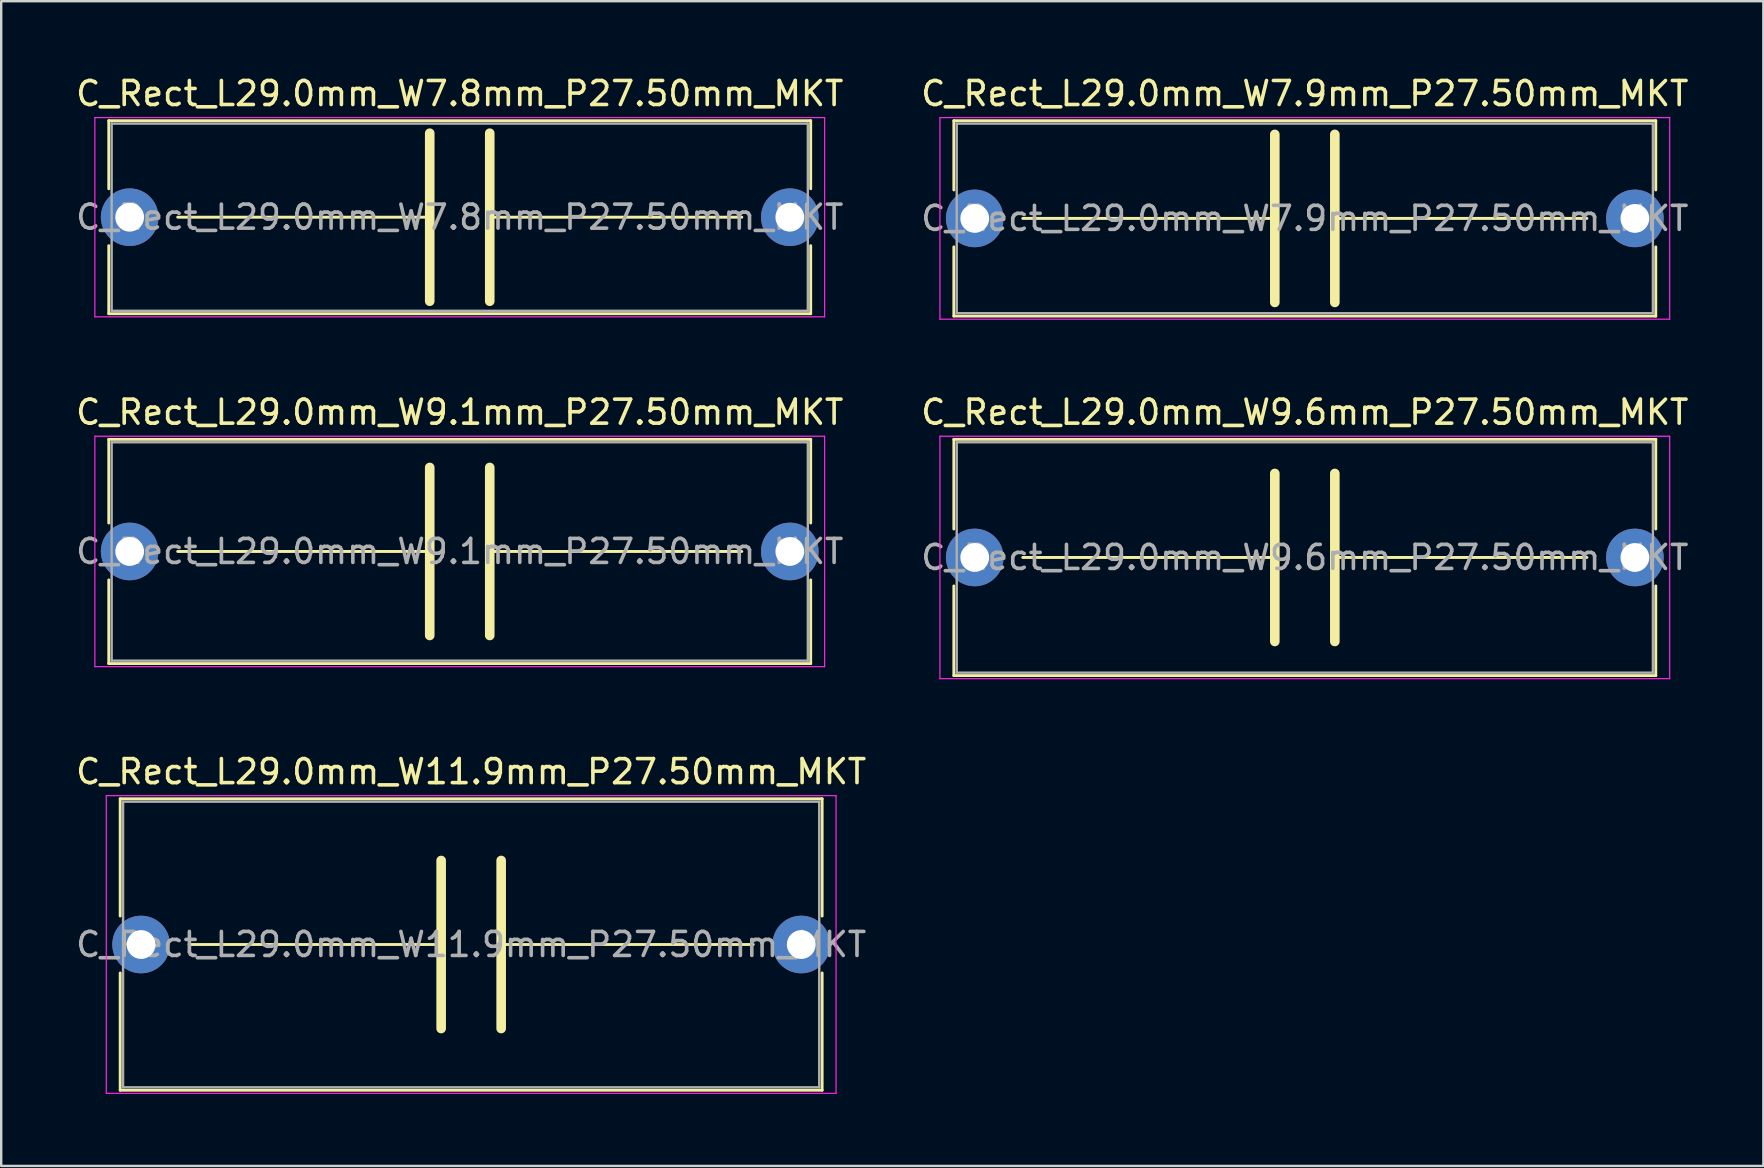
<source format=kicad_pcb>
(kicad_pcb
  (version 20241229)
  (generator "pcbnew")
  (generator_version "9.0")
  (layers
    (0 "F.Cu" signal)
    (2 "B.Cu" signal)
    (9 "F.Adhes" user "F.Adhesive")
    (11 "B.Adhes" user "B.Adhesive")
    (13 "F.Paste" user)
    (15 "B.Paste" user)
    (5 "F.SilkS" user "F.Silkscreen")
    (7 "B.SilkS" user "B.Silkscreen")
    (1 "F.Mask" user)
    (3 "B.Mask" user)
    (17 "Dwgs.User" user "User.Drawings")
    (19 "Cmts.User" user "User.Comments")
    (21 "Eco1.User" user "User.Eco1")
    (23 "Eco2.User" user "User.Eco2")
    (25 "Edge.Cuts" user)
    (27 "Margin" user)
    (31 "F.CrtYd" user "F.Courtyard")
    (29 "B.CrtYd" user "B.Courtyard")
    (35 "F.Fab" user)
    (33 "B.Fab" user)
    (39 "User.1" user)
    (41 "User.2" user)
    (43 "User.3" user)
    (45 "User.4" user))
  (footprint "C_Rect_L29.0mm_W11.9mm_P27.50mm_MKT"
    (layer "F.Cu")
    (at 2.827 36.295)
    (property "Reference" "C_Rect_L29.0mm_W11.9mm_P27.50mm_MKT" (at 13.75 -7.2 0) (layer "F.SilkS") (effects (font (size 1 1) (thickness 0.15))))
    (attr through_hole)
    (fp_line (start -0.87 -6.07) (end -0.87 -1.185) (stroke (width 0.12) (type solid)) (layer "F.SilkS"))
    (fp_line (start -0.87 -6.07) (end 28.37 -6.07) (stroke (width 0.12) (type solid)) (layer "F.SilkS"))
    (fp_line (start -0.87 1.185) (end -0.87 6.07) (stroke (width 0.12) (type solid)) (layer "F.SilkS"))
    (fp_line (start -0.87 6.07) (end 28.37 6.07) (stroke (width 0.12) (type solid)) (layer "F.SilkS"))
    (fp_line (start 2 0) (end 12.5 0) (stroke (width 0.12) (type solid)) (layer "F.SilkS"))
    (fp_line (start 12.5 -3.5) (end 12.5 3.5) (stroke (width 0.4) (type solid)) (layer "F.SilkS"))
    (fp_line (start 15 -3.5) (end 15 3.5) (stroke (width 0.4) (type solid)) (layer "F.SilkS"))
    (fp_line (start 15 0) (end 25.5 0) (stroke (width 0.12) (type solid)) (layer "F.SilkS"))
    (fp_line (start 28.37 -6.07) (end 28.37 -1.185) (stroke (width 0.12) (type solid)) (layer "F.SilkS"))
    (fp_line (start 28.37 1.185) (end 28.37 6.07) (stroke (width 0.12) (type solid)) (layer "F.SilkS"))
    (fp_line (start -1.45 -6.2) (end -1.45 6.2) (stroke (width 0.05) (type solid)) (layer "F.CrtYd"))
    (fp_line (start -1.45 6.2) (end 28.95 6.2) (stroke (width 0.05) (type solid)) (layer "F.CrtYd"))
    (fp_line (start 28.95 -6.2) (end -1.45 -6.2) (stroke (width 0.05) (type solid)) (layer "F.CrtYd"))
    (fp_line (start 28.95 6.2) (end 28.95 -6.2) (stroke (width 0.05) (type solid)) (layer "F.CrtYd"))
    (fp_line (start -0.75 -5.95) (end -0.75 5.95) (stroke (width 0.1) (type solid)) (layer "F.Fab"))
    (fp_line (start -0.75 5.95) (end 28.25 5.95) (stroke (width 0.1) (type solid)) (layer "F.Fab"))
    (fp_line (start 28.25 -5.95) (end -0.75 -5.95) (stroke (width 0.1) (type solid)) (layer "F.Fab"))
    (fp_line (start 28.25 5.95) (end 28.25 -5.95) (stroke (width 0.1) (type solid)) (layer "F.Fab"))
    (fp_text user "${REFERENCE}" (at 13.75 0 0) (layer "F.Fab") (effects (font (size 1 1) (thickness 0.15))))
    (pad "1" thru_hole circle (at 0 0) (size 2.4 2.4) (drill 1.2) (layers "*.Cu" "*.Mask"))
    (pad "2" thru_hole circle (at 27.5 0) (size 2.4 2.4) (drill 1.2) (layers "*.Cu" "*.Mask")))
  (footprint "C_Rect_L29.0mm_W7.9mm_P27.50mm_MKT"
    (layer "F.Cu")
    (at 37.554 6.048)
    (property "Reference" "C_Rect_L29.0mm_W7.9mm_P27.50mm_MKT" (at 13.75 -5.2 0) (layer "F.SilkS") (effects (font (size 1 1) (thickness 0.15))))
    (attr through_hole)
    (fp_line (start -0.87 -4.07) (end -0.87 -1.185) (stroke (width 0.12) (type solid)) (layer "F.SilkS"))
    (fp_line (start -0.87 -4.07) (end 28.37 -4.07) (stroke (width 0.12) (type solid)) (layer "F.SilkS"))
    (fp_line (start -0.87 1.185) (end -0.87 4.07) (stroke (width 0.12) (type solid)) (layer "F.SilkS"))
    (fp_line (start -0.87 4.07) (end 28.37 4.07) (stroke (width 0.12) (type solid)) (layer "F.SilkS"))
    (fp_line (start 2 0) (end 12.5 0) (stroke (width 0.12) (type solid)) (layer "F.SilkS"))
    (fp_line (start 12.5 -3.5) (end 12.5 3.5) (stroke (width 0.4) (type solid)) (layer "F.SilkS"))
    (fp_line (start 15 -3.5) (end 15 3.5) (stroke (width 0.4) (type solid)) (layer "F.SilkS"))
    (fp_line (start 15 0) (end 25.5 0) (stroke (width 0.12) (type solid)) (layer "F.SilkS"))
    (fp_line (start 28.37 -4.07) (end 28.37 -1.185) (stroke (width 0.12) (type solid)) (layer "F.SilkS"))
    (fp_line (start 28.37 1.185) (end 28.37 4.07) (stroke (width 0.12) (type solid)) (layer "F.SilkS"))
    (fp_line (start -1.45 -4.2) (end -1.45 4.2) (stroke (width 0.05) (type solid)) (layer "F.CrtYd"))
    (fp_line (start -1.45 4.2) (end 28.95 4.2) (stroke (width 0.05) (type solid)) (layer "F.CrtYd"))
    (fp_line (start 28.95 -4.2) (end -1.45 -4.2) (stroke (width 0.05) (type solid)) (layer "F.CrtYd"))
    (fp_line (start 28.95 4.2) (end 28.95 -4.2) (stroke (width 0.05) (type solid)) (layer "F.CrtYd"))
    (fp_line (start -0.75 -3.95) (end -0.75 3.95) (stroke (width 0.1) (type solid)) (layer "F.Fab"))
    (fp_line (start -0.75 3.95) (end 28.25 3.95) (stroke (width 0.1) (type solid)) (layer "F.Fab"))
    (fp_line (start 28.25 -3.95) (end -0.75 -3.95) (stroke (width 0.1) (type solid)) (layer "F.Fab"))
    (fp_line (start 28.25 3.95) (end 28.25 -3.95) (stroke (width 0.1) (type solid)) (layer "F.Fab"))
    (fp_text user "${REFERENCE}" (at 13.75 0 0) (layer "F.Fab") (effects (font (size 1 1) (thickness 0.15))))
    (pad "1" thru_hole circle (at 0 0) (size 2.4 2.4) (drill 1.2) (layers "*.Cu" "*.Mask"))
    (pad "2" thru_hole circle (at 27.5 0) (size 2.4 2.4) (drill 1.2) (layers "*.Cu" "*.Mask")))
  (footprint "C_Rect_L29.0mm_W7.8mm_P27.50mm_MKT"
    (layer "F.Cu")
    (at 2.351 5.998)
    (property "Reference" "C_Rect_L29.0mm_W7.8mm_P27.50mm_MKT" (at 13.75 -5.15 0) (layer "F.SilkS") (effects (font (size 1 1) (thickness 0.15))))
    (attr through_hole)
    (fp_line (start -0.87 -4.02) (end -0.87 -1.185) (stroke (width 0.12) (type solid)) (layer "F.SilkS"))
    (fp_line (start -0.87 -4.02) (end 28.37 -4.02) (stroke (width 0.12) (type solid)) (layer "F.SilkS"))
    (fp_line (start -0.87 1.185) (end -0.87 4.02) (stroke (width 0.12) (type solid)) (layer "F.SilkS"))
    (fp_line (start -0.87 4.02) (end 28.37 4.02) (stroke (width 0.12) (type solid)) (layer "F.SilkS"))
    (fp_line (start 2 0) (end 12.5 0) (stroke (width 0.12) (type solid)) (layer "F.SilkS"))
    (fp_line (start 12.5 -3.5) (end 12.5 3.5) (stroke (width 0.4) (type solid)) (layer "F.SilkS"))
    (fp_line (start 15 -3.5) (end 15 3.5) (stroke (width 0.4) (type solid)) (layer "F.SilkS"))
    (fp_line (start 15 0) (end 25.5 0) (stroke (width 0.12) (type solid)) (layer "F.SilkS"))
    (fp_line (start 28.37 -4.02) (end 28.37 -1.185) (stroke (width 0.12) (type solid)) (layer "F.SilkS"))
    (fp_line (start 28.37 1.185) (end 28.37 4.02) (stroke (width 0.12) (type solid)) (layer "F.SilkS"))
    (fp_line (start -1.45 -4.15) (end -1.45 4.15) (stroke (width 0.05) (type solid)) (layer "F.CrtYd"))
    (fp_line (start -1.45 4.15) (end 28.95 4.15) (stroke (width 0.05) (type solid)) (layer "F.CrtYd"))
    (fp_line (start 28.95 -4.15) (end -1.45 -4.15) (stroke (width 0.05) (type solid)) (layer "F.CrtYd"))
    (fp_line (start 28.95 4.15) (end 28.95 -4.15) (stroke (width 0.05) (type solid)) (layer "F.CrtYd"))
    (fp_line (start -0.75 -3.9) (end -0.75 3.9) (stroke (width 0.1) (type solid)) (layer "F.Fab"))
    (fp_line (start -0.75 3.9) (end 28.25 3.9) (stroke (width 0.1) (type solid)) (layer "F.Fab"))
    (fp_line (start 28.25 -3.9) (end -0.75 -3.9) (stroke (width 0.1) (type solid)) (layer "F.Fab"))
    (fp_line (start 28.25 3.9) (end 28.25 -3.9) (stroke (width 0.1) (type solid)) (layer "F.Fab"))
    (fp_text user "${REFERENCE}" (at 13.75 0 0) (layer "F.Fab") (effects (font (size 1 1) (thickness 0.15))))
    (pad "1" thru_hole circle (at 0 0) (size 2.4 2.4) (drill 1.2) (layers "*.Cu" "*.Mask"))
    (pad "2" thru_hole circle (at 27.5 0) (size 2.4 2.4) (drill 1.2) (layers "*.Cu" "*.Mask")))
  (footprint "C_Rect_L29.0mm_W9.6mm_P27.50mm_MKT"
    (layer "F.Cu")
    (at 37.554 20.172)
    (property "Reference" "C_Rect_L29.0mm_W9.6mm_P27.50mm_MKT" (at 13.75 -6.05 0) (layer "F.SilkS") (effects (font (size 1 1) (thickness 0.15))))
    (attr through_hole)
    (fp_line (start -0.87 -4.92) (end -0.87 -1.185) (stroke (width 0.12) (type solid)) (layer "F.SilkS"))
    (fp_line (start -0.87 -4.92) (end 28.37 -4.92) (stroke (width 0.12) (type solid)) (layer "F.SilkS"))
    (fp_line (start -0.87 1.185) (end -0.87 4.92) (stroke (width 0.12) (type solid)) (layer "F.SilkS"))
    (fp_line (start -0.87 4.92) (end 28.37 4.92) (stroke (width 0.12) (type solid)) (layer "F.SilkS"))
    (fp_line (start 2 0) (end 12.5 0) (stroke (width 0.12) (type solid)) (layer "F.SilkS"))
    (fp_line (start 12.5 -3.5) (end 12.5 3.5) (stroke (width 0.4) (type solid)) (layer "F.SilkS"))
    (fp_line (start 15 -3.5) (end 15 3.5) (stroke (width 0.4) (type solid)) (layer "F.SilkS"))
    (fp_line (start 15 0) (end 25.5 0) (stroke (width 0.12) (type solid)) (layer "F.SilkS"))
    (fp_line (start 28.37 -4.92) (end 28.37 -1.185) (stroke (width 0.12) (type solid)) (layer "F.SilkS"))
    (fp_line (start 28.37 1.185) (end 28.37 4.92) (stroke (width 0.12) (type solid)) (layer "F.SilkS"))
    (fp_line (start -1.45 -5.05) (end -1.45 5.05) (stroke (width 0.05) (type solid)) (layer "F.CrtYd"))
    (fp_line (start -1.45 5.05) (end 28.95 5.05) (stroke (width 0.05) (type solid)) (layer "F.CrtYd"))
    (fp_line (start 28.95 -5.05) (end -1.45 -5.05) (stroke (width 0.05) (type solid)) (layer "F.CrtYd"))
    (fp_line (start 28.95 5.05) (end 28.95 -5.05) (stroke (width 0.05) (type solid)) (layer "F.CrtYd"))
    (fp_line (start -0.75 -4.8) (end -0.75 4.8) (stroke (width 0.1) (type solid)) (layer "F.Fab"))
    (fp_line (start -0.75 4.8) (end 28.25 4.8) (stroke (width 0.1) (type solid)) (layer "F.Fab"))
    (fp_line (start 28.25 -4.8) (end -0.75 -4.8) (stroke (width 0.1) (type solid)) (layer "F.Fab"))
    (fp_line (start 28.25 4.8) (end 28.25 -4.8) (stroke (width 0.1) (type solid)) (layer "F.Fab"))
    (fp_text user "${REFERENCE}" (at 13.75 0 0) (layer "F.Fab") (effects (font (size 1 1) (thickness 0.15))))
    (pad "1" thru_hole circle (at 0 0) (size 2.4 2.4) (drill 1.2) (layers "*.Cu" "*.Mask"))
    (pad "2" thru_hole circle (at 27.5 0) (size 2.4 2.4) (drill 1.2) (layers "*.Cu" "*.Mask")))
  (footprint "C_Rect_L29.0mm_W9.1mm_P27.50mm_MKT"
    (layer "F.Cu")
    (at 2.351 19.922)
    (property "Reference" "C_Rect_L29.0mm_W9.1mm_P27.50mm_MKT" (at 13.75 -5.8 0) (layer "F.SilkS") (effects (font (size 1 1) (thickness 0.15))))
    (attr through_hole)
    (fp_line (start -0.87 -4.67) (end -0.87 -1.185) (stroke (width 0.12) (type solid)) (layer "F.SilkS"))
    (fp_line (start -0.87 -4.67) (end 28.37 -4.67) (stroke (width 0.12) (type solid)) (layer "F.SilkS"))
    (fp_line (start -0.87 1.185) (end -0.87 4.67) (stroke (width 0.12) (type solid)) (layer "F.SilkS"))
    (fp_line (start -0.87 4.67) (end 28.37 4.67) (stroke (width 0.12) (type solid)) (layer "F.SilkS"))
    (fp_line (start 2 0) (end 12.5 0) (stroke (width 0.12) (type solid)) (layer "F.SilkS"))
    (fp_line (start 12.5 -3.5) (end 12.5 3.5) (stroke (width 0.4) (type solid)) (layer "F.SilkS"))
    (fp_line (start 15 -3.5) (end 15 3.5) (stroke (width 0.4) (type solid)) (layer "F.SilkS"))
    (fp_line (start 15 0) (end 25.5 0) (stroke (width 0.12) (type solid)) (layer "F.SilkS"))
    (fp_line (start 28.37 -4.67) (end 28.37 -1.185) (stroke (width 0.12) (type solid)) (layer "F.SilkS"))
    (fp_line (start 28.37 1.185) (end 28.37 4.67) (stroke (width 0.12) (type solid)) (layer "F.SilkS"))
    (fp_line (start -1.45 -4.8) (end -1.45 4.8) (stroke (width 0.05) (type solid)) (layer "F.CrtYd"))
    (fp_line (start -1.45 4.8) (end 28.95 4.8) (stroke (width 0.05) (type solid)) (layer "F.CrtYd"))
    (fp_line (start 28.95 -4.8) (end -1.45 -4.8) (stroke (width 0.05) (type solid)) (layer "F.CrtYd"))
    (fp_line (start 28.95 4.8) (end 28.95 -4.8) (stroke (width 0.05) (type solid)) (layer "F.CrtYd"))
    (fp_line (start -0.75 -4.55) (end -0.75 4.55) (stroke (width 0.1) (type solid)) (layer "F.Fab"))
    (fp_line (start -0.75 4.55) (end 28.25 4.55) (stroke (width 0.1) (type solid)) (layer "F.Fab"))
    (fp_line (start 28.25 -4.55) (end -0.75 -4.55) (stroke (width 0.1) (type solid)) (layer "F.Fab"))
    (fp_line (start 28.25 4.55) (end 28.25 -4.55) (stroke (width 0.1) (type solid)) (layer "F.Fab"))
    (fp_text user "${REFERENCE}" (at 13.75 0 0) (layer "F.Fab") (effects (font (size 1 1) (thickness 0.15))))
    (pad "1" thru_hole circle (at 0 0) (size 2.4 2.4) (drill 1.2) (layers "*.Cu" "*.Mask"))
    (pad "2" thru_hole circle (at 27.5 0) (size 2.4 2.4) (drill 1.2) (layers "*.Cu" "*.Mask")))
  (gr_rect
    (start -3 -3)
    (end 70.405 45.52)
    (stroke (width 0.1) (type default))
    (fill no)
    (layer "Edge.Cuts")))
</source>
